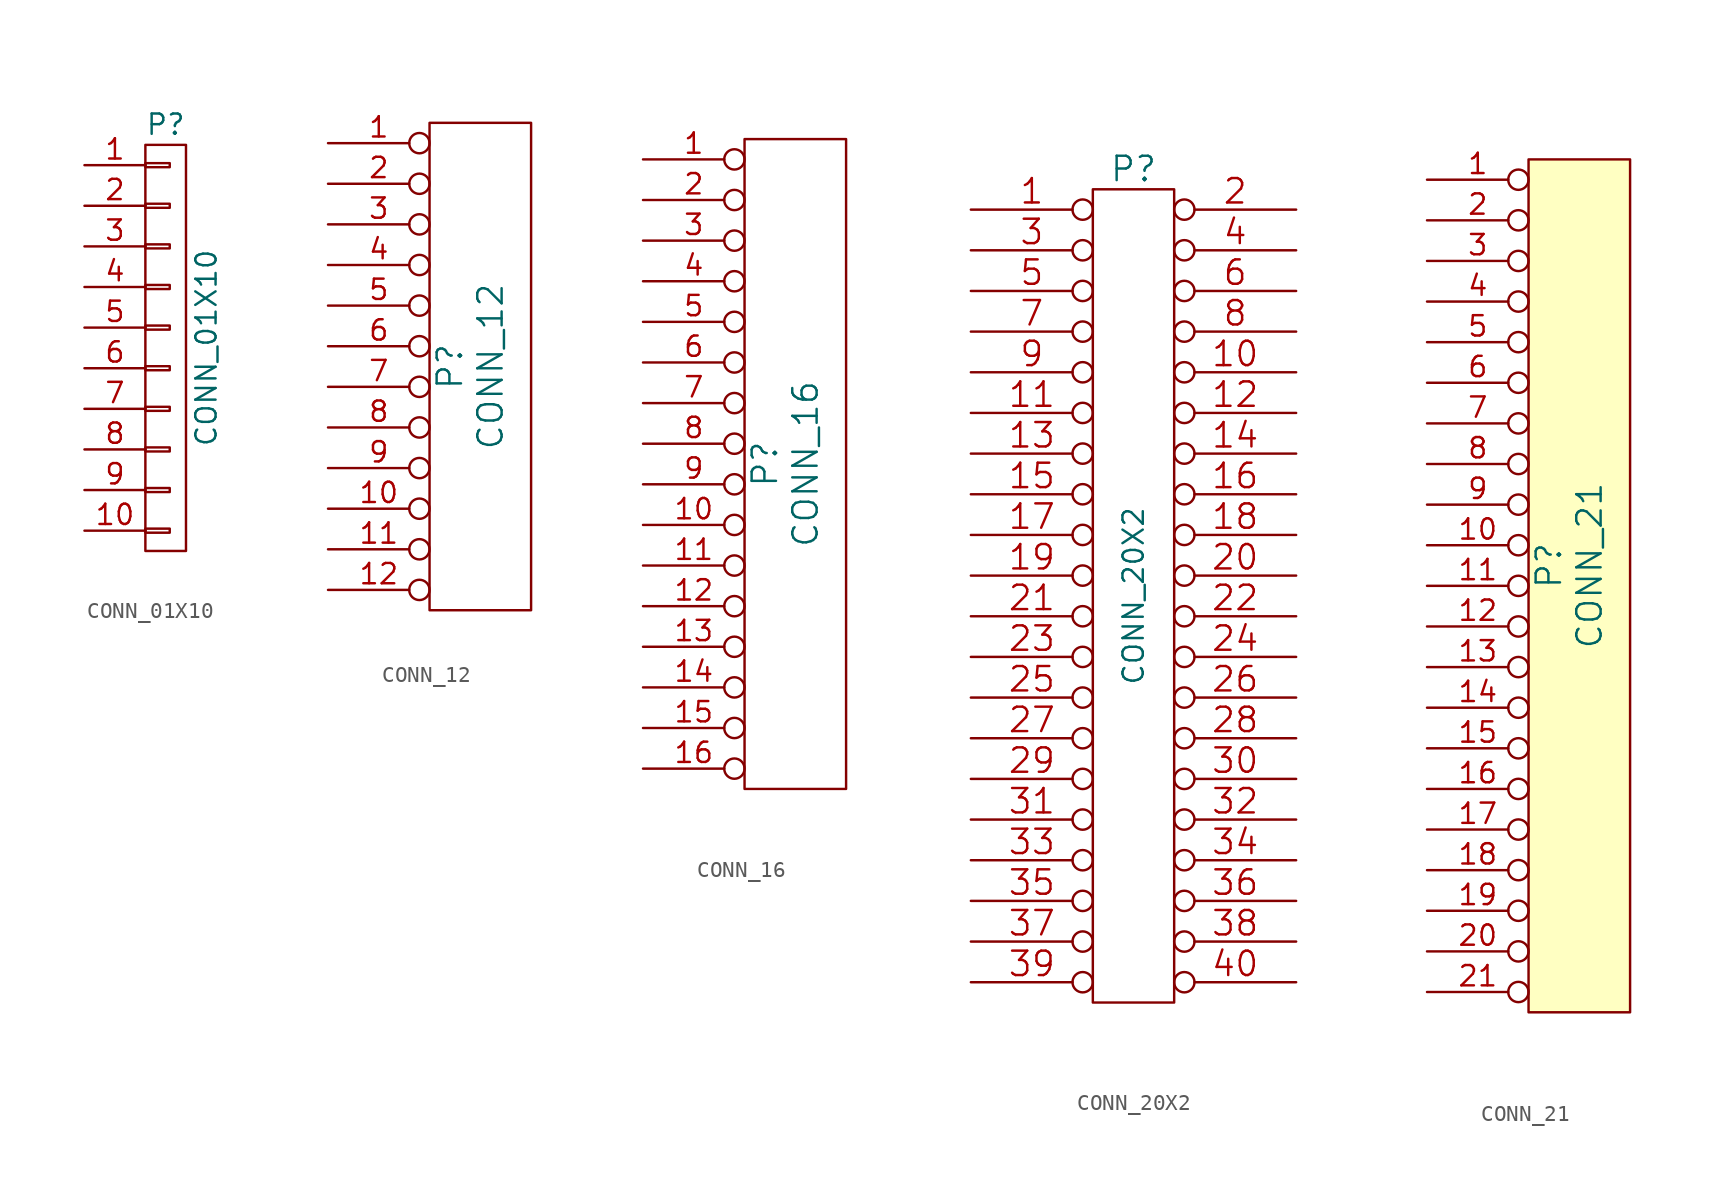
<source format=kicad_sym>
(kicad_symbol_lib
  (version 20211014)
  (generator kicad_symbol_editor)
  (symbol "CONN_01X10"
    (pin_names
      (offset 1.016) hide)
    (property "Reference" "P"
      (at 0 13.97 0)
      (effects (font (size 1.27 1.27))))
    (property "Value" "CONN_01X10"
      (at 2.54 0 90)
      (effects (font (size 1.27 1.27))))
    (property "Footprint" ""
      (at 0 0 0)
      (effects (font (size 1.27 1.27))))
    (property "Datasheet" ""
      (at 0 0 0)
      (effects (font (size 1.27 1.27))))
    (symbol "CONN_01X10_0_1"
      (rectangle (start -1.27 -11.303) (end 0.254 -11.557) (stroke (width 0) (type default) (color 0 0 0 0)) (fill (type none)))
      (rectangle (start -1.27 -8.763) (end 0.254 -9.017) (stroke (width 0) (type default) (color 0 0 0 0)) (fill (type none)))
      (rectangle (start -1.27 -6.223) (end 0.254 -6.477) (stroke (width 0) (type default) (color 0 0 0 0)) (fill (type none)))
      (rectangle (start -1.27 -3.683) (end 0.254 -3.937) (stroke (width 0) (type default) (color 0 0 0 0)) (fill (type none)))
      (rectangle (start -1.27 -1.143) (end 0.254 -1.397) (stroke (width 0) (type default) (color 0 0 0 0)) (fill (type none)))
      (rectangle (start -1.27 1.397) (end 0.254 1.143) (stroke (width 0) (type default) (color 0 0 0 0)) (fill (type none)))
      (rectangle (start -1.27 3.937) (end 0.254 3.683) (stroke (width 0) (type default) (color 0 0 0 0)) (fill (type none)))
      (rectangle (start -1.27 6.477) (end 0.254 6.223) (stroke (width 0) (type default) (color 0 0 0 0)) (fill (type none)))
      (rectangle (start -1.27 9.017) (end 0.254 8.763) (stroke (width 0) (type default) (color 0 0 0 0)) (fill (type none)))
      (rectangle (start -1.27 11.557) (end 0.254 11.303) (stroke (width 0) (type default) (color 0 0 0 0)) (fill (type none)))
      (rectangle (start -1.27 12.7) (end 1.27 -12.7) (stroke (width 0) (type default) (color 0 0 0 0)) (fill (type none))))
    (symbol "CONN_01X10_1_1"
      (pin passive line (at -5.08 11.43 0) (length 3.81) (name "P1" (effects (font (size 1.27 1.27)))) (number "1" (effects (font (size 1.27 1.27)))))
      (pin passive line (at -5.08 -11.43 0) (length 3.81) (name "P10" (effects (font (size 1.27 1.27)))) (number "10" (effects (font (size 1.27 1.27)))))
      (pin passive line (at -5.08 8.89 0) (length 3.81) (name "P2" (effects (font (size 1.27 1.27)))) (number "2" (effects (font (size 1.27 1.27)))))
      (pin passive line (at -5.08 6.35 0) (length 3.81) (name "P3" (effects (font (size 1.27 1.27)))) (number "3" (effects (font (size 1.27 1.27)))))
      (pin passive line (at -5.08 3.81 0) (length 3.81) (name "P4" (effects (font (size 1.27 1.27)))) (number "4" (effects (font (size 1.27 1.27)))))
      (pin passive line (at -5.08 1.27 0) (length 3.81) (name "P5" (effects (font (size 1.27 1.27)))) (number "5" (effects (font (size 1.27 1.27)))))
      (pin passive line (at -5.08 -1.27 0) (length 3.81) (name "P6" (effects (font (size 1.27 1.27)))) (number "6" (effects (font (size 1.27 1.27)))))
      (pin passive line (at -5.08 -3.81 0) (length 3.81) (name "P7" (effects (font (size 1.27 1.27)))) (number "7" (effects (font (size 1.27 1.27)))))
      (pin passive line (at -5.08 -6.35 0) (length 3.81) (name "P8" (effects (font (size 1.27 1.27)))) (number "8" (effects (font (size 1.27 1.27)))))
      (pin passive line (at -5.08 -8.89 0) (length 3.81) (name "P9" (effects (font (size 1.27 1.27)))) (number "9" (effects (font (size 1.27 1.27)))))))
  (symbol "CONN_12"
    (pin_names
      (offset 1.016) hide)
    (property "Reference" "P"
      (at 0 0 90)
      (effects (font (size 1.524 1.524))))
    (property "Value" "CONN_12"
      (at 2.54 0 90)
      (effects (font (size 1.524 1.524))))
    (property "Footprint" ""
      (at 1.27 -8.89 0)
      (effects (font (size 1.524 1.524))))
    (property "Datasheet" ""
      (at 1.27 -8.89 0)
      (effects (font (size 1.524 1.524))))
    (symbol "CONN_12_0_1"
      (rectangle (start -1.27 -15.24) (end 5.08 15.24) (stroke (width 0) (type default) (color 0 0 0 0)) (fill (type none))))
    (symbol "CONN_12_1_1"
      (pin passive inverted (at -7.62 13.97 0) (length 6.35) (name "P1" (effects (font (size 1.27 1.27)))) (number "1" (effects (font (size 1.27 1.27)))))
      (pin passive inverted (at -7.62 -8.89 0) (length 6.35) (name "P10" (effects (font (size 1.27 1.27)))) (number "10" (effects (font (size 1.27 1.27)))))
      (pin passive inverted (at -7.62 -11.43 0) (length 6.35) (name "P11" (effects (font (size 1.27 1.27)))) (number "11" (effects (font (size 1.27 1.27)))))
      (pin passive inverted (at -7.62 -13.97 0) (length 6.35) (name "P12" (effects (font (size 1.27 1.27)))) (number "12" (effects (font (size 1.27 1.27)))))
      (pin passive inverted (at -7.62 11.43 0) (length 6.35) (name "P2" (effects (font (size 1.27 1.27)))) (number "2" (effects (font (size 1.27 1.27)))))
      (pin passive inverted (at -7.62 8.89 0) (length 6.35) (name "P3" (effects (font (size 1.27 1.27)))) (number "3" (effects (font (size 1.27 1.27)))))
      (pin passive inverted (at -7.62 6.35 0) (length 6.35) (name "P4" (effects (font (size 1.27 1.27)))) (number "4" (effects (font (size 1.27 1.27)))))
      (pin passive inverted (at -7.62 3.81 0) (length 6.35) (name "P5" (effects (font (size 1.27 1.27)))) (number "5" (effects (font (size 1.27 1.27)))))
      (pin passive inverted (at -7.62 1.27 0) (length 6.35) (name "P6" (effects (font (size 1.27 1.27)))) (number "6" (effects (font (size 1.27 1.27)))))
      (pin passive inverted (at -7.62 -1.27 0) (length 6.35) (name "P7" (effects (font (size 1.27 1.27)))) (number "7" (effects (font (size 1.27 1.27)))))
      (pin passive inverted (at -7.62 -3.81 0) (length 6.35) (name "P8" (effects (font (size 1.27 1.27)))) (number "8" (effects (font (size 1.27 1.27)))))
      (pin passive inverted (at -7.62 -6.35 0) (length 6.35) (name "P9" (effects (font (size 1.27 1.27)))) (number "9" (effects (font (size 1.27 1.27)))))))
  (symbol "CONN_16"
    (pin_names
      (offset 1.016) hide)
    (property "Reference" "P"
      (at 0 0 90)
      (effects (font (size 1.524 1.524))))
    (property "Value" "CONN_16"
      (at 2.54 0 90)
      (effects (font (size 1.524 1.524))))
    (property "Footprint" ""
      (at 1.27 -3.81 0)
      (effects (font (size 1.524 1.524))))
    (property "Datasheet" ""
      (at 1.27 -3.81 0)
      (effects (font (size 1.524 1.524))))
    (symbol "CONN_16_0_1"
      (rectangle (start -1.27 -20.32) (end 5.08 20.32) (stroke (width 0) (type default) (color 0 0 0 0)) (fill (type none))))
    (symbol "CONN_16_1_1"
      (pin passive inverted (at -7.62 19.05 0) (length 6.35) (name "P1" (effects (font (size 1.27 1.27)))) (number "1" (effects (font (size 1.27 1.27)))))
      (pin passive inverted (at -7.62 -3.81 0) (length 6.35) (name "P10" (effects (font (size 1.27 1.27)))) (number "10" (effects (font (size 1.27 1.27)))))
      (pin passive inverted (at -7.62 -6.35 0) (length 6.35) (name "P11" (effects (font (size 1.27 1.27)))) (number "11" (effects (font (size 1.27 1.27)))))
      (pin passive inverted (at -7.62 -8.89 0) (length 6.35) (name "P12" (effects (font (size 1.27 1.27)))) (number "12" (effects (font (size 1.27 1.27)))))
      (pin passive inverted (at -7.62 -11.43 0) (length 6.35) (name "~" (effects (font (size 1.27 1.27)))) (number "13" (effects (font (size 1.27 1.27)))))
      (pin passive inverted (at -7.62 -13.97 0) (length 6.35) (name "~" (effects (font (size 1.27 1.27)))) (number "14" (effects (font (size 1.27 1.27)))))
      (pin passive inverted (at -7.62 -16.51 0) (length 6.35) (name "~" (effects (font (size 1.27 1.27)))) (number "15" (effects (font (size 1.27 1.27)))))
      (pin passive inverted (at -7.62 -19.05 0) (length 6.35) (name "~" (effects (font (size 1.27 1.27)))) (number "16" (effects (font (size 1.27 1.27)))))
      (pin passive inverted (at -7.62 16.51 0) (length 6.35) (name "P2" (effects (font (size 1.27 1.27)))) (number "2" (effects (font (size 1.27 1.27)))))
      (pin passive inverted (at -7.62 13.97 0) (length 6.35) (name "P3" (effects (font (size 1.27 1.27)))) (number "3" (effects (font (size 1.27 1.27)))))
      (pin passive inverted (at -7.62 11.43 0) (length 6.35) (name "P4" (effects (font (size 1.27 1.27)))) (number "4" (effects (font (size 1.27 1.27)))))
      (pin passive inverted (at -7.62 8.89 0) (length 6.35) (name "P5" (effects (font (size 1.27 1.27)))) (number "5" (effects (font (size 1.27 1.27)))))
      (pin passive inverted (at -7.62 6.35 0) (length 6.35) (name "P6" (effects (font (size 1.27 1.27)))) (number "6" (effects (font (size 1.27 1.27)))))
      (pin passive inverted (at -7.62 3.81 0) (length 6.35) (name "P7" (effects (font (size 1.27 1.27)))) (number "7" (effects (font (size 1.27 1.27)))))
      (pin passive inverted (at -7.62 1.27 0) (length 6.35) (name "P8" (effects (font (size 1.27 1.27)))) (number "8" (effects (font (size 1.27 1.27)))))
      (pin passive inverted (at -7.62 -1.27 0) (length 6.35) (name "P9" (effects (font (size 1.27 1.27)))) (number "9" (effects (font (size 1.27 1.27)))))))
  (symbol "CONN_20X2"
    (pin_names
      (offset 0.254) hide)
    (property "Reference" "P"
      (at 0 26.67 0)
      (effects (font (size 1.524 1.524))))
    (property "Value" "CONN_20X2"
      (at 0 0 90)
      (effects (font (size 1.27 1.27))))
    (property "Footprint" ""
      (at 0 0 0)
      (effects (font (size 1.524 1.524))))
    (property "Datasheet" ""
      (at 0 0 0)
      (effects (font (size 1.524 1.524))))
    (symbol "CONN_20X2_0_1"
      (rectangle (start -2.54 25.4) (end 2.54 -25.4) (stroke (width 0) (type default) (color 0 0 0 0)) (fill (type none))))
    (symbol "CONN_20X2_1_1"
      (pin passive inverted (at -10.16 24.13 0) (length 7.62) (name "P1" (effects (font (size 0.762 0.762)))) (number "1" (effects (font (size 1.524 1.524)))))
      (pin passive inverted (at 10.16 13.97 180) (length 7.62) (name "P10" (effects (font (size 0.762 0.762)))) (number "10" (effects (font (size 1.524 1.524)))))
      (pin passive inverted (at -10.16 11.43 0) (length 7.62) (name "P11" (effects (font (size 0.762 0.762)))) (number "11" (effects (font (size 1.524 1.524)))))
      (pin passive inverted (at 10.16 11.43 180) (length 7.62) (name "P12" (effects (font (size 0.762 0.762)))) (number "12" (effects (font (size 1.524 1.524)))))
      (pin passive inverted (at -10.16 8.89 0) (length 7.62) (name "P13" (effects (font (size 0.762 0.762)))) (number "13" (effects (font (size 1.524 1.524)))))
      (pin passive inverted (at 10.16 8.89 180) (length 7.62) (name "P14" (effects (font (size 0.762 0.762)))) (number "14" (effects (font (size 1.524 1.524)))))
      (pin passive inverted (at -10.16 6.35 0) (length 7.62) (name "P15" (effects (font (size 0.762 0.762)))) (number "15" (effects (font (size 1.524 1.524)))))
      (pin passive inverted (at 10.16 6.35 180) (length 7.62) (name "P16" (effects (font (size 0.762 0.762)))) (number "16" (effects (font (size 1.524 1.524)))))
      (pin passive inverted (at -10.16 3.81 0) (length 7.62) (name "P17" (effects (font (size 0.762 0.762)))) (number "17" (effects (font (size 1.524 1.524)))))
      (pin passive inverted (at 10.16 3.81 180) (length 7.62) (name "P18" (effects (font (size 0.762 0.762)))) (number "18" (effects (font (size 1.524 1.524)))))
      (pin passive inverted (at -10.16 1.27 0) (length 7.62) (name "P19" (effects (font (size 0.762 0.762)))) (number "19" (effects (font (size 1.524 1.524)))))
      (pin passive inverted (at 10.16 24.13 180) (length 7.62) (name "P2" (effects (font (size 0.762 0.762)))) (number "2" (effects (font (size 1.524 1.524)))))
      (pin passive inverted (at 10.16 1.27 180) (length 7.62) (name "P20" (effects (font (size 0.762 0.762)))) (number "20" (effects (font (size 1.524 1.524)))))
      (pin passive inverted (at -10.16 -1.27 0) (length 7.62) (name "P21" (effects (font (size 0.762 0.762)))) (number "21" (effects (font (size 1.524 1.524)))))
      (pin passive inverted (at 10.16 -1.27 180) (length 7.62) (name "P22" (effects (font (size 0.762 0.762)))) (number "22" (effects (font (size 1.524 1.524)))))
      (pin passive inverted (at -10.16 -3.81 0) (length 7.62) (name "P23" (effects (font (size 0.762 0.762)))) (number "23" (effects (font (size 1.524 1.524)))))
      (pin passive inverted (at 10.16 -3.81 180) (length 7.62) (name "P24" (effects (font (size 0.762 0.762)))) (number "24" (effects (font (size 1.524 1.524)))))
      (pin passive inverted (at -10.16 -6.35 0) (length 7.62) (name "~" (effects (font (size 0.762 0.762)))) (number "25" (effects (font (size 1.524 1.524)))))
      (pin passive inverted (at 10.16 -6.35 180) (length 7.62) (name "P26" (effects (font (size 0.762 0.762)))) (number "26" (effects (font (size 1.524 1.524)))))
      (pin passive inverted (at -10.16 -8.89 0) (length 7.62) (name "P27" (effects (font (size 0.762 0.762)))) (number "27" (effects (font (size 1.524 1.524)))))
      (pin passive inverted (at 10.16 -8.89 180) (length 7.62) (name "P28" (effects (font (size 0.762 0.762)))) (number "28" (effects (font (size 1.524 1.524)))))
      (pin passive inverted (at -10.16 -11.43 0) (length 7.62) (name "P29" (effects (font (size 0.762 0.762)))) (number "29" (effects (font (size 1.524 1.524)))))
      (pin passive inverted (at -10.16 21.59 0) (length 7.62) (name "P3" (effects (font (size 0.762 0.762)))) (number "3" (effects (font (size 1.524 1.524)))))
      (pin passive inverted (at 10.16 -11.43 180) (length 7.62) (name "P30" (effects (font (size 0.762 0.762)))) (number "30" (effects (font (size 1.524 1.524)))))
      (pin passive inverted (at -10.16 -13.97 0) (length 7.62) (name "P31" (effects (font (size 0.762 0.762)))) (number "31" (effects (font (size 1.524 1.524)))))
      (pin passive inverted (at 10.16 -13.97 180) (length 7.62) (name "P32" (effects (font (size 0.762 0.762)))) (number "32" (effects (font (size 1.524 1.524)))))
      (pin passive inverted (at -10.16 -16.51 0) (length 7.62) (name "P33" (effects (font (size 0.762 0.762)))) (number "33" (effects (font (size 1.524 1.524)))))
      (pin passive inverted (at 10.16 -16.51 180) (length 7.62) (name "P34" (effects (font (size 0.762 0.762)))) (number "34" (effects (font (size 1.524 1.524)))))
      (pin passive inverted (at -10.16 -19.05 0) (length 7.62) (name "P35" (effects (font (size 0.762 0.762)))) (number "35" (effects (font (size 1.524 1.524)))))
      (pin passive inverted (at 10.16 -19.05 180) (length 7.62) (name "P36" (effects (font (size 0.762 0.762)))) (number "36" (effects (font (size 1.524 1.524)))))
      (pin passive inverted (at -10.16 -21.59 0) (length 7.62) (name "P37" (effects (font (size 0.762 0.762)))) (number "37" (effects (font (size 1.524 1.524)))))
      (pin passive inverted (at 10.16 -21.59 180) (length 7.62) (name "P38" (effects (font (size 0.762 0.762)))) (number "38" (effects (font (size 1.524 1.524)))))
      (pin passive inverted (at -10.16 -24.13 0) (length 7.62) (name "P39" (effects (font (size 0.762 0.762)))) (number "39" (effects (font (size 1.524 1.524)))))
      (pin passive inverted (at 10.16 21.59 180) (length 7.62) (name "P4" (effects (font (size 0.762 0.762)))) (number "4" (effects (font (size 1.524 1.524)))))
      (pin passive inverted (at 10.16 -24.13 180) (length 7.62) (name "P40" (effects (font (size 0.762 0.762)))) (number "40" (effects (font (size 1.524 1.524)))))
      (pin passive inverted (at -10.16 19.05 0) (length 7.62) (name "P5" (effects (font (size 0.762 0.762)))) (number "5" (effects (font (size 1.524 1.524)))))
      (pin passive inverted (at 10.16 19.05 180) (length 7.62) (name "P6" (effects (font (size 0.762 0.762)))) (number "6" (effects (font (size 1.524 1.524)))))
      (pin passive inverted (at -10.16 16.51 0) (length 7.62) (name "P7" (effects (font (size 0.762 0.762)))) (number "7" (effects (font (size 1.524 1.524)))))
      (pin passive inverted (at 10.16 16.51 180) (length 7.62) (name "P8" (effects (font (size 0.762 0.762)))) (number "8" (effects (font (size 1.524 1.524)))))
      (pin passive inverted (at -10.16 13.97 0) (length 7.62) (name "P9" (effects (font (size 0.762 0.762)))) (number "9" (effects (font (size 1.524 1.524)))))))
  (symbol "CONN_21"
    (pin_names
      (offset 1.016) hide)
    (property "Reference" "P"
      (at -1.27 1.27 90)
      (effects (font (size 1.524 1.524))))
    (property "Value" "CONN_21"
      (at 1.27 1.27 90)
      (effects (font (size 1.524 1.524))))
    (property "Footprint" ""
      (at 0 1.27 0)
      (effects (font (size 1.524 1.524))))
    (property "Datasheet" ""
      (at 0 1.27 0)
      (effects (font (size 1.524 1.524))))
    (symbol "CONN_21_0_1"
      (rectangle (start -2.54 -26.67) (end 3.81 26.67) (stroke (width 0) (type default) (color 0 0 0 0)) (fill (type background))))
    (symbol "CONN_21_1_1"
      (pin passive inverted (at -8.89 25.4 0) (length 6.35) (name "P1" (effects (font (size 1.27 1.27)))) (number "1" (effects (font (size 1.27 1.27)))))
      (pin passive inverted (at -8.89 2.54 0) (length 6.35) (name "P10" (effects (font (size 1.27 1.27)))) (number "10" (effects (font (size 1.27 1.27)))))
      (pin passive inverted (at -8.89 0 0) (length 6.35) (name "P11" (effects (font (size 1.27 1.27)))) (number "11" (effects (font (size 1.27 1.27)))))
      (pin passive inverted (at -8.89 -2.54 0) (length 6.35) (name "P12" (effects (font (size 1.27 1.27)))) (number "12" (effects (font (size 1.27 1.27)))))
      (pin passive inverted (at -8.89 -5.08 0) (length 6.35) (name "P13" (effects (font (size 1.27 1.27)))) (number "13" (effects (font (size 1.27 1.27)))))
      (pin passive inverted (at -8.89 -7.62 0) (length 6.35) (name "P14" (effects (font (size 1.27 1.27)))) (number "14" (effects (font (size 1.27 1.27)))))
      (pin passive inverted (at -8.89 -10.16 0) (length 6.35) (name "P15" (effects (font (size 1.27 1.27)))) (number "15" (effects (font (size 1.27 1.27)))))
      (pin passive inverted (at -8.89 -12.7 0) (length 6.35) (name "P16" (effects (font (size 1.27 1.27)))) (number "16" (effects (font (size 1.27 1.27)))))
      (pin passive inverted (at -8.89 -15.24 0) (length 6.35) (name "P17" (effects (font (size 1.27 1.27)))) (number "17" (effects (font (size 1.27 1.27)))))
      (pin passive inverted (at -8.89 -17.78 0) (length 6.35) (name "P18" (effects (font (size 1.27 1.27)))) (number "18" (effects (font (size 1.27 1.27)))))
      (pin passive inverted (at -8.89 -20.32 0) (length 6.35) (name "P19" (effects (font (size 1.27 1.27)))) (number "19" (effects (font (size 1.27 1.27)))))
      (pin passive inverted (at -8.89 22.86 0) (length 6.35) (name "P2" (effects (font (size 1.27 1.27)))) (number "2" (effects (font (size 1.27 1.27)))))
      (pin passive inverted (at -8.89 -22.86 0) (length 6.35) (name "P20" (effects (font (size 1.27 1.27)))) (number "20" (effects (font (size 1.27 1.27)))))
      (pin passive inverted (at -8.89 -25.4 0) (length 6.35) (name "P21" (effects (font (size 1.27 1.27)))) (number "21" (effects (font (size 1.27 1.27)))))
      (pin passive inverted (at -8.89 20.32 0) (length 6.35) (name "P3" (effects (font (size 1.27 1.27)))) (number "3" (effects (font (size 1.27 1.27)))))
      (pin passive inverted (at -8.89 17.78 0) (length 6.35) (name "P4" (effects (font (size 1.27 1.27)))) (number "4" (effects (font (size 1.27 1.27)))))
      (pin passive inverted (at -8.89 15.24 0) (length 6.35) (name "P5" (effects (font (size 1.27 1.27)))) (number "5" (effects (font (size 1.27 1.27)))))
      (pin passive inverted (at -8.89 12.7 0) (length 6.35) (name "P6" (effects (font (size 1.27 1.27)))) (number "6" (effects (font (size 1.27 1.27)))))
      (pin passive inverted (at -8.89 10.16 0) (length 6.35) (name "P7" (effects (font (size 1.27 1.27)))) (number "7" (effects (font (size 1.27 1.27)))))
      (pin passive inverted (at -8.89 7.62 0) (length 6.35) (name "P8" (effects (font (size 1.27 1.27)))) (number "8" (effects (font (size 1.27 1.27)))))
      (pin passive inverted (at -8.89 5.08 0) (length 6.35) (name "P9" (effects (font (size 1.27 1.27)))) (number "9" (effects (font (size 1.27 1.27))))))))
</source>
